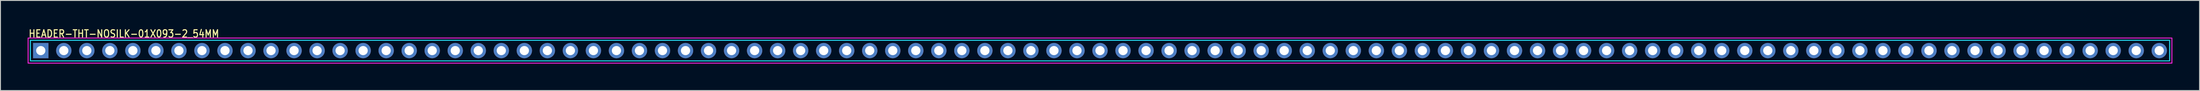
<source format=kicad_pcb>
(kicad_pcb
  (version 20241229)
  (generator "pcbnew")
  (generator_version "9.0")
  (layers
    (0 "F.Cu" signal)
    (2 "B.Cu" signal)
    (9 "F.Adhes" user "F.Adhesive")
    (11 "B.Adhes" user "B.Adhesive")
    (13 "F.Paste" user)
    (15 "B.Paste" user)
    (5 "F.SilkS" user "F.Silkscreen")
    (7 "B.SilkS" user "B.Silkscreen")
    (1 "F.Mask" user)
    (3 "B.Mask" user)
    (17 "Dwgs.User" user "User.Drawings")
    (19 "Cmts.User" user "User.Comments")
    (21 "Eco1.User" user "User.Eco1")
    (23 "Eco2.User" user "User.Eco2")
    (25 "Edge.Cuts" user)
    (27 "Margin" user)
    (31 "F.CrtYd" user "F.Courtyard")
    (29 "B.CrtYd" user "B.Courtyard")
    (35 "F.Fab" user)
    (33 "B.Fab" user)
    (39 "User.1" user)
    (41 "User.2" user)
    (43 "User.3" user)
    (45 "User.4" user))
  (footprint "HEADER-THT-NOSILK-01X093-2_54MM"
    (layer "F.Cu")
    (at 1.447 2.579)
    (property "Reference" "HEADER-THT-NOSILK-01X093-2_54MM" (at -1.4 -1.4 0) (unlocked yes) (layer "F.SilkS") (effects (font (size 0.813 0.695) (thickness 0.122)) (justify left bottom)))
    (fp_poly (pts (xy -1.143 -1.143) (xy 234.823 -1.143) (xy 234.823 1.143) (xy -1.143 1.143)) (stroke (width 0.1) (type solid)) (fill no) (layer "B.CrtYd"))
    (fp_poly (pts (xy -1.397 -1.397) (xy 235.077 -1.397) (xy 235.077 1.397) (xy -1.397 1.397)) (stroke (width 0.1) (type solid)) (fill no) (layer "F.CrtYd"))
    (pad "P$1" thru_hole rect (at 0 0) (size 1.693 1.693) (drill 1.016) (layers "*.Cu" "*.Mask"))
    (pad "P$2" thru_hole oval (at 2.54 0) (size 1.693 1.693) (drill 1.016) (layers "*.Cu" "*.Mask"))
    (pad "P$3" thru_hole oval (at 5.08 0) (size 1.693 1.693) (drill 1.016) (layers "*.Cu" "*.Mask"))
    (pad "P$4" thru_hole oval (at 7.62 0) (size 1.693 1.693) (drill 1.016) (layers "*.Cu" "*.Mask"))
    (pad "P$5" thru_hole oval (at 10.16 0) (size 1.693 1.693) (drill 1.016) (layers "*.Cu" "*.Mask"))
    (pad "P$6" thru_hole oval (at 12.7 0) (size 1.693 1.693) (drill 1.016) (layers "*.Cu" "*.Mask"))
    (pad "P$7" thru_hole oval (at 15.24 0) (size 1.693 1.693) (drill 1.016) (layers "*.Cu" "*.Mask"))
    (pad "P$8" thru_hole oval (at 17.78 0) (size 1.693 1.693) (drill 1.016) (layers "*.Cu" "*.Mask"))
    (pad "P$9" thru_hole oval (at 20.32 0) (size 1.693 1.693) (drill 1.016) (layers "*.Cu" "*.Mask"))
    (pad "P$10" thru_hole oval (at 22.86 0) (size 1.693 1.693) (drill 1.016) (layers "*.Cu" "*.Mask"))
    (pad "P$11" thru_hole oval (at 25.4 0) (size 1.693 1.693) (drill 1.016) (layers "*.Cu" "*.Mask"))
    (pad "P$12" thru_hole oval (at 27.94 0) (size 1.693 1.693) (drill 1.016) (layers "*.Cu" "*.Mask"))
    (pad "P$13" thru_hole oval (at 30.48 0) (size 1.693 1.693) (drill 1.016) (layers "*.Cu" "*.Mask"))
    (pad "P$14" thru_hole oval (at 33.02 0) (size 1.693 1.693) (drill 1.016) (layers "*.Cu" "*.Mask"))
    (pad "P$15" thru_hole oval (at 35.56 0) (size 1.693 1.693) (drill 1.016) (layers "*.Cu" "*.Mask"))
    (pad "P$16" thru_hole oval (at 38.1 0) (size 1.693 1.693) (drill 1.016) (layers "*.Cu" "*.Mask"))
    (pad "P$17" thru_hole oval (at 40.64 0) (size 1.693 1.693) (drill 1.016) (layers "*.Cu" "*.Mask"))
    (pad "P$18" thru_hole oval (at 43.18 0) (size 1.693 1.693) (drill 1.016) (layers "*.Cu" "*.Mask"))
    (pad "P$19" thru_hole oval (at 45.72 0) (size 1.693 1.693) (drill 1.016) (layers "*.Cu" "*.Mask"))
    (pad "P$20" thru_hole oval (at 48.26 0) (size 1.693 1.693) (drill 1.016) (layers "*.Cu" "*.Mask"))
    (pad "P$21" thru_hole oval (at 50.8 0) (size 1.693 1.693) (drill 1.016) (layers "*.Cu" "*.Mask"))
    (pad "P$22" thru_hole oval (at 53.34 0) (size 1.693 1.693) (drill 1.016) (layers "*.Cu" "*.Mask"))
    (pad "P$23" thru_hole oval (at 55.88 0) (size 1.693 1.693) (drill 1.016) (layers "*.Cu" "*.Mask"))
    (pad "P$24" thru_hole oval (at 58.42 0) (size 1.693 1.693) (drill 1.016) (layers "*.Cu" "*.Mask"))
    (pad "P$25" thru_hole oval (at 60.96 0) (size 1.693 1.693) (drill 1.016) (layers "*.Cu" "*.Mask"))
    (pad "P$26" thru_hole oval (at 63.5 0) (size 1.693 1.693) (drill 1.016) (layers "*.Cu" "*.Mask"))
    (pad "P$27" thru_hole oval (at 66.04 0) (size 1.693 1.693) (drill 1.016) (layers "*.Cu" "*.Mask"))
    (pad "P$28" thru_hole oval (at 68.58 0) (size 1.693 1.693) (drill 1.016) (layers "*.Cu" "*.Mask"))
    (pad "P$29" thru_hole oval (at 71.12 0) (size 1.693 1.693) (drill 1.016) (layers "*.Cu" "*.Mask"))
    (pad "P$30" thru_hole oval (at 73.66 0) (size 1.693 1.693) (drill 1.016) (layers "*.Cu" "*.Mask"))
    (pad "P$31" thru_hole oval (at 76.2 0) (size 1.693 1.693) (drill 1.016) (layers "*.Cu" "*.Mask"))
    (pad "P$32" thru_hole oval (at 78.74 0) (size 1.693 1.693) (drill 1.016) (layers "*.Cu" "*.Mask"))
    (pad "P$33" thru_hole oval (at 81.28 0) (size 1.693 1.693) (drill 1.016) (layers "*.Cu" "*.Mask"))
    (pad "P$34" thru_hole oval (at 83.82 0) (size 1.693 1.693) (drill 1.016) (layers "*.Cu" "*.Mask"))
    (pad "P$35" thru_hole oval (at 86.36 0) (size 1.693 1.693) (drill 1.016) (layers "*.Cu" "*.Mask"))
    (pad "P$36" thru_hole oval (at 88.9 0) (size 1.693 1.693) (drill 1.016) (layers "*.Cu" "*.Mask"))
    (pad "P$37" thru_hole oval (at 91.44 0) (size 1.693 1.693) (drill 1.016) (layers "*.Cu" "*.Mask"))
    (pad "P$38" thru_hole oval (at 93.98 0) (size 1.693 1.693) (drill 1.016) (layers "*.Cu" "*.Mask"))
    (pad "P$39" thru_hole oval (at 96.52 0) (size 1.693 1.693) (drill 1.016) (layers "*.Cu" "*.Mask"))
    (pad "P$40" thru_hole oval (at 99.06 0) (size 1.693 1.693) (drill 1.016) (layers "*.Cu" "*.Mask"))
    (pad "P$41" thru_hole oval (at 101.6 0) (size 1.693 1.693) (drill 1.016) (layers "*.Cu" "*.Mask"))
    (pad "P$42" thru_hole oval (at 104.14 0) (size 1.693 1.693) (drill 1.016) (layers "*.Cu" "*.Mask"))
    (pad "P$43" thru_hole oval (at 106.68 0) (size 1.693 1.693) (drill 1.016) (layers "*.Cu" "*.Mask"))
    (pad "P$44" thru_hole oval (at 109.22 0) (size 1.693 1.693) (drill 1.016) (layers "*.Cu" "*.Mask"))
    (pad "P$45" thru_hole oval (at 111.76 0) (size 1.693 1.693) (drill 1.016) (layers "*.Cu" "*.Mask"))
    (pad "P$46" thru_hole oval (at 114.3 0) (size 1.693 1.693) (drill 1.016) (layers "*.Cu" "*.Mask"))
    (pad "P$47" thru_hole oval (at 116.84 0) (size 1.693 1.693) (drill 1.016) (layers "*.Cu" "*.Mask"))
    (pad "P$48" thru_hole oval (at 119.38 0) (size 1.693 1.693) (drill 1.016) (layers "*.Cu" "*.Mask"))
    (pad "P$49" thru_hole oval (at 121.92 0) (size 1.693 1.693) (drill 1.016) (layers "*.Cu" "*.Mask"))
    (pad "P$50" thru_hole oval (at 124.46 0) (size 1.693 1.693) (drill 1.016) (layers "*.Cu" "*.Mask"))
    (pad "P$51" thru_hole oval (at 127 0) (size 1.693 1.693) (drill 1.016) (layers "*.Cu" "*.Mask"))
    (pad "P$52" thru_hole oval (at 129.54 0) (size 1.693 1.693) (drill 1.016) (layers "*.Cu" "*.Mask"))
    (pad "P$53" thru_hole oval (at 132.08 0) (size 1.693 1.693) (drill 1.016) (layers "*.Cu" "*.Mask"))
    (pad "P$54" thru_hole oval (at 134.62 0) (size 1.693 1.693) (drill 1.016) (layers "*.Cu" "*.Mask"))
    (pad "P$55" thru_hole oval (at 137.16 0) (size 1.693 1.693) (drill 1.016) (layers "*.Cu" "*.Mask"))
    (pad "P$56" thru_hole oval (at 139.7 0) (size 1.693 1.693) (drill 1.016) (layers "*.Cu" "*.Mask"))
    (pad "P$57" thru_hole oval (at 142.24 0) (size 1.693 1.693) (drill 1.016) (layers "*.Cu" "*.Mask"))
    (pad "P$58" thru_hole oval (at 144.78 0) (size 1.693 1.693) (drill 1.016) (layers "*.Cu" "*.Mask"))
    (pad "P$59" thru_hole oval (at 147.32 0) (size 1.693 1.693) (drill 1.016) (layers "*.Cu" "*.Mask"))
    (pad "P$60" thru_hole oval (at 149.86 0) (size 1.693 1.693) (drill 1.016) (layers "*.Cu" "*.Mask"))
    (pad "P$61" thru_hole oval (at 152.4 0) (size 1.693 1.693) (drill 1.016) (layers "*.Cu" "*.Mask"))
    (pad "P$62" thru_hole oval (at 154.94 0) (size 1.693 1.693) (drill 1.016) (layers "*.Cu" "*.Mask"))
    (pad "P$63" thru_hole oval (at 157.48 0) (size 1.693 1.693) (drill 1.016) (layers "*.Cu" "*.Mask"))
    (pad "P$64" thru_hole oval (at 160.02 0) (size 1.693 1.693) (drill 1.016) (layers "*.Cu" "*.Mask"))
    (pad "P$65" thru_hole oval (at 162.56 0) (size 1.693 1.693) (drill 1.016) (layers "*.Cu" "*.Mask"))
    (pad "P$66" thru_hole oval (at 165.1 0) (size 1.693 1.693) (drill 1.016) (layers "*.Cu" "*.Mask"))
    (pad "P$67" thru_hole oval (at 167.64 0) (size 1.693 1.693) (drill 1.016) (layers "*.Cu" "*.Mask"))
    (pad "P$68" thru_hole oval (at 170.18 0) (size 1.693 1.693) (drill 1.016) (layers "*.Cu" "*.Mask"))
    (pad "P$69" thru_hole oval (at 172.72 0) (size 1.693 1.693) (drill 1.016) (layers "*.Cu" "*.Mask"))
    (pad "P$70" thru_hole oval (at 175.26 0) (size 1.693 1.693) (drill 1.016) (layers "*.Cu" "*.Mask"))
    (pad "P$71" thru_hole oval (at 177.8 0) (size 1.693 1.693) (drill 1.016) (layers "*.Cu" "*.Mask"))
    (pad "P$72" thru_hole oval (at 180.34 0) (size 1.693 1.693) (drill 1.016) (layers "*.Cu" "*.Mask"))
    (pad "P$73" thru_hole oval (at 182.88 0) (size 1.693 1.693) (drill 1.016) (layers "*.Cu" "*.Mask"))
    (pad "P$74" thru_hole oval (at 185.42 0) (size 1.693 1.693) (drill 1.016) (layers "*.Cu" "*.Mask"))
    (pad "P$75" thru_hole oval (at 187.96 0) (size 1.693 1.693) (drill 1.016) (layers "*.Cu" "*.Mask"))
    (pad "P$76" thru_hole oval (at 190.5 0) (size 1.693 1.693) (drill 1.016) (layers "*.Cu" "*.Mask"))
    (pad "P$77" thru_hole oval (at 193.04 0) (size 1.693 1.693) (drill 1.016) (layers "*.Cu" "*.Mask"))
    (pad "P$78" thru_hole oval (at 195.58 0) (size 1.693 1.693) (drill 1.016) (layers "*.Cu" "*.Mask"))
    (pad "P$79" thru_hole oval (at 198.12 0) (size 1.693 1.693) (drill 1.016) (layers "*.Cu" "*.Mask"))
    (pad "P$80" thru_hole oval (at 200.66 0) (size 1.693 1.693) (drill 1.016) (layers "*.Cu" "*.Mask"))
    (pad "P$81" thru_hole oval (at 203.2 0) (size 1.693 1.693) (drill 1.016) (layers "*.Cu" "*.Mask"))
    (pad "P$82" thru_hole oval (at 205.74 0) (size 1.693 1.693) (drill 1.016) (layers "*.Cu" "*.Mask"))
    (pad "P$83" thru_hole oval (at 208.28 0) (size 1.693 1.693) (drill 1.016) (layers "*.Cu" "*.Mask"))
    (pad "P$84" thru_hole oval (at 210.82 0) (size 1.693 1.693) (drill 1.016) (layers "*.Cu" "*.Mask"))
    (pad "P$85" thru_hole oval (at 213.36 0) (size 1.693 1.693) (drill 1.016) (layers "*.Cu" "*.Mask"))
    (pad "P$86" thru_hole oval (at 215.9 0) (size 1.693 1.693) (drill 1.016) (layers "*.Cu" "*.Mask"))
    (pad "P$87" thru_hole oval (at 218.44 0) (size 1.693 1.693) (drill 1.016) (layers "*.Cu" "*.Mask"))
    (pad "P$88" thru_hole oval (at 220.98 0) (size 1.693 1.693) (drill 1.016) (layers "*.Cu" "*.Mask"))
    (pad "P$89" thru_hole oval (at 223.52 0) (size 1.693 1.693) (drill 1.016) (layers "*.Cu" "*.Mask"))
    (pad "P$90" thru_hole oval (at 226.06 0) (size 1.693 1.693) (drill 1.016) (layers "*.Cu" "*.Mask"))
    (pad "P$91" thru_hole oval (at 228.6 0) (size 1.693 1.693) (drill 1.016) (layers "*.Cu" "*.Mask"))
    (pad "P$92" thru_hole oval (at 231.14 0) (size 1.693 1.693) (drill 1.016) (layers "*.Cu" "*.Mask"))
    (pad "P$93" thru_hole oval (at 233.68 0) (size 1.693 1.693) (drill 1.016) (layers "*.Cu" "*.Mask")))
  (gr_rect
    (start -3 -3)
    (end 239.574 7.026)
    (stroke (width 0.1) (type default))
    (fill no)
    (layer "Edge.Cuts")))
</source>
